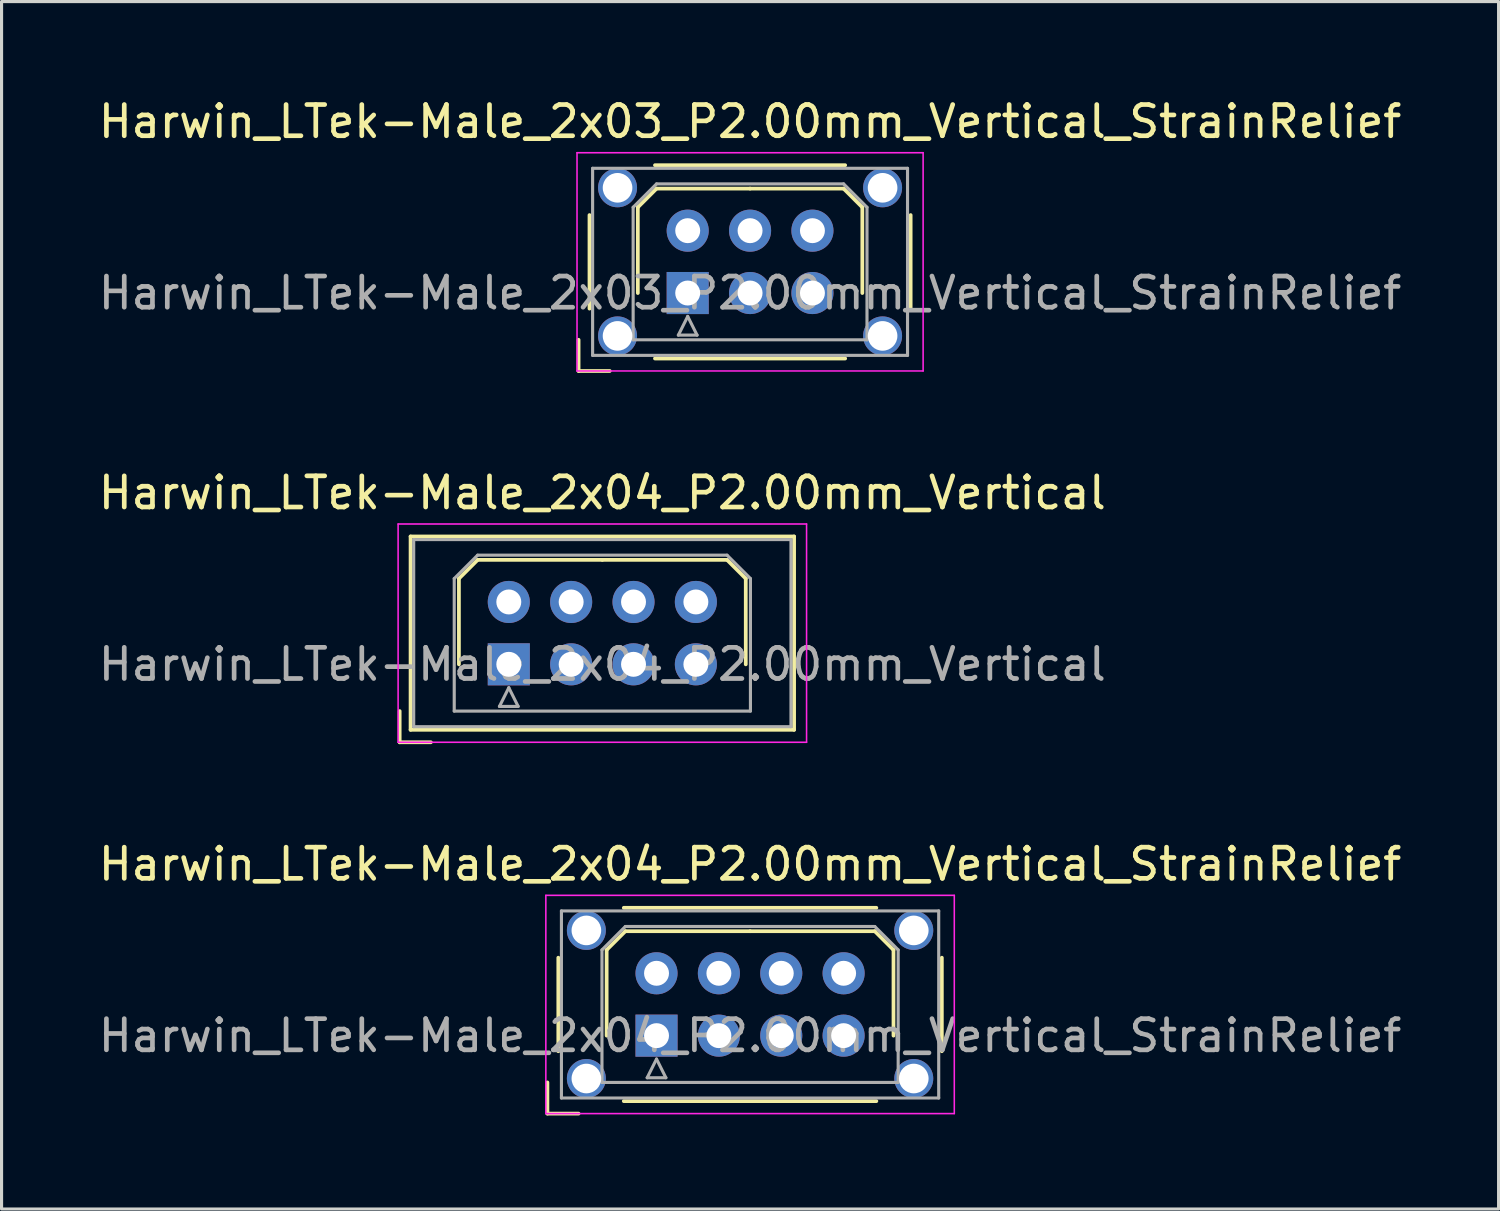
<source format=kicad_pcb>
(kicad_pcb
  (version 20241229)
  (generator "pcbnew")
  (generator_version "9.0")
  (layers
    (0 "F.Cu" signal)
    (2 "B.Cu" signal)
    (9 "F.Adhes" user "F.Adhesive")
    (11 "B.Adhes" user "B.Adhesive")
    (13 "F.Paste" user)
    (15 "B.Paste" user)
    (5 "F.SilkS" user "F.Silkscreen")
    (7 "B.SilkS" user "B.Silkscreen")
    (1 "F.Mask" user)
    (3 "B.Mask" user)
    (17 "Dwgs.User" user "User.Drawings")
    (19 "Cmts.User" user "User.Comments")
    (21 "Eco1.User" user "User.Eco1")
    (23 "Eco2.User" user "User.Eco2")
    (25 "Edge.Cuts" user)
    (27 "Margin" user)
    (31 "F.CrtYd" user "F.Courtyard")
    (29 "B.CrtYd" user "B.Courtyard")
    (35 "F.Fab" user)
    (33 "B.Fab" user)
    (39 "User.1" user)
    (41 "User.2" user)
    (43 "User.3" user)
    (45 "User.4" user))
  (footprint "Harwin_LTek-Male_2x04_P2.00mm_Vertical"
    (layer "F.Cu")
    (at 13.268 18.256)
    (property "Reference" "Harwin_LTek-Male_2x04_P2.00mm_Vertical" (at 3 -5.5 0) (layer "F.SilkS") (effects (font (size 1 1) (thickness 0.15))))
    (attr through_hole)
    (fp_line (start -3.5 1.5) (end -3.5 2.5) (stroke (width 0.12) (type solid)) (layer "F.SilkS"))
    (fp_line (start -3.5 2.5) (end -2.5 2.5) (stroke (width 0.12) (type solid)) (layer "F.SilkS"))
    (fp_line (start -3.15 -4.1) (end -3.15 2.1) (stroke (width 0.12) (type solid)) (layer "F.SilkS"))
    (fp_line (start -3.15 2.1) (end 9.15 2.1) (stroke (width 0.12) (type solid)) (layer "F.SilkS"))
    (fp_line (start -1.6 -2.75) (end -1 -3.35) (stroke (width 0.12) (type solid)) (layer "F.SilkS"))
    (fp_line (start -1.6 0) (end -1.6 -2.75) (stroke (width 0.12) (type solid)) (layer "F.SilkS"))
    (fp_line (start -1 -3.35) (end 3 -3.35) (stroke (width 0.12) (type solid)) (layer "F.SilkS"))
    (fp_line (start 7 -3.35) (end 3 -3.35) (stroke (width 0.12) (type solid)) (layer "F.SilkS"))
    (fp_line (start 7.6 -2.75) (end 7 -3.35) (stroke (width 0.12) (type solid)) (layer "F.SilkS"))
    (fp_line (start 7.6 0) (end 7.6 -2.75) (stroke (width 0.12) (type solid)) (layer "F.SilkS"))
    (fp_line (start 9.15 -4.1) (end -3.15 -4.1) (stroke (width 0.12) (type solid)) (layer "F.SilkS"))
    (fp_line (start 9.15 2.1) (end 9.15 -4.1) (stroke (width 0.12) (type solid)) (layer "F.SilkS"))
    (fp_line (start -3.55 -4.5) (end -3.55 2.5) (stroke (width 0.05) (type solid)) (layer "F.CrtYd"))
    (fp_line (start -3.55 2.5) (end 9.55 2.5) (stroke (width 0.05) (type solid)) (layer "F.CrtYd"))
    (fp_line (start 9.55 -4.5) (end -3.55 -4.5) (stroke (width 0.05) (type solid)) (layer "F.CrtYd"))
    (fp_line (start 9.55 2.5) (end 9.55 -4.5) (stroke (width 0.05) (type solid)) (layer "F.CrtYd"))
    (fp_line (start -3.05 -4) (end -3.05 2) (stroke (width 0.1) (type solid)) (layer "F.Fab"))
    (fp_line (start -3.05 2) (end 9.05 2) (stroke (width 0.1) (type solid)) (layer "F.Fab"))
    (fp_line (start -1.75 -2.75) (end -1 -3.5) (stroke (width 0.1) (type solid)) (layer "F.Fab"))
    (fp_line (start -1.75 1.5) (end -1.75 -2.75) (stroke (width 0.1) (type solid)) (layer "F.Fab"))
    (fp_line (start -1 -3.5) (end 7 -3.5) (stroke (width 0.1) (type solid)) (layer "F.Fab"))
    (fp_line (start -0.3 1.35) (end 0.3 1.35) (stroke (width 0.1) (type solid)) (layer "F.Fab"))
    (fp_line (start 0 0.75) (end -0.3 1.35) (stroke (width 0.1) (type solid)) (layer "F.Fab"))
    (fp_line (start 0.3 1.35) (end 0 0.75) (stroke (width 0.1) (type solid)) (layer "F.Fab"))
    (fp_line (start 7 -3.5) (end 7.75 -2.75) (stroke (width 0.1) (type solid)) (layer "F.Fab"))
    (fp_line (start 7.75 -2.75) (end 7.75 1.5) (stroke (width 0.1) (type solid)) (layer "F.Fab"))
    (fp_line (start 7.75 1.5) (end -1.75 1.5) (stroke (width 0.1) (type solid)) (layer "F.Fab"))
    (fp_line (start 9.05 -4) (end -3.05 -4) (stroke (width 0.1) (type solid)) (layer "F.Fab"))
    (fp_line (start 9.05 2) (end 9.05 -4) (stroke (width 0.1) (type solid)) (layer "F.Fab"))
    (fp_text user "${REFERENCE}" (at 3 0 0) (layer "F.Fab") (effects (font (size 1 1) (thickness 0.15))))
    (pad "1" thru_hole rect (at 0 0) (size 1.35 1.35) (drill 0.8) (layers "*.Cu" "*.Mask"))
    (pad "2" thru_hole circle (at 0 -2) (size 1.35 1.35) (drill 0.8) (layers "*.Cu" "*.Mask"))
    (pad "3" thru_hole circle (at 2 0) (size 1.35 1.35) (drill 0.8) (layers "*.Cu" "*.Mask"))
    (pad "4" thru_hole circle (at 2 -2) (size 1.35 1.35) (drill 0.8) (layers "*.Cu" "*.Mask"))
    (pad "5" thru_hole circle (at 4 0) (size 1.35 1.35) (drill 0.8) (layers "*.Cu" "*.Mask"))
    (pad "6" thru_hole circle (at 4 -2) (size 1.35 1.35) (drill 0.8) (layers "*.Cu" "*.Mask"))
    (pad "7" thru_hole circle (at 6 0) (size 1.35 1.35) (drill 0.8) (layers "*.Cu" "*.Mask"))
    (pad "8" thru_hole circle (at 6 -2) (size 1.35 1.35) (drill 0.8) (layers "*.Cu" "*.Mask")))
  (footprint "Harwin_LTek-Male_2x04_P2.00mm_Vertical_StrainRelief"
    (layer "F.Cu")
    (at 18.006 30.165)
    (property "Reference" "Harwin_LTek-Male_2x04_P2.00mm_Vertical_StrainRelief" (at 3 -5.5 0) (layer "F.SilkS") (effects (font (size 1 1) (thickness 0.15))))
    (attr through_hole)
    (fp_line (start -3.5 1.5) (end -3.5 2.5) (stroke (width 0.12) (type solid)) (layer "F.SilkS"))
    (fp_line (start -3.5 2.5) (end -2.5 2.5) (stroke (width 0.12) (type solid)) (layer "F.SilkS"))
    (fp_line (start -3.15 -2.5) (end -3.15 0.5) (stroke (width 0.12) (type solid)) (layer "F.SilkS"))
    (fp_line (start -1.6 -2.75) (end -1 -3.35) (stroke (width 0.12) (type solid)) (layer "F.SilkS"))
    (fp_line (start -1.6 0) (end -1.6 -2.75) (stroke (width 0.12) (type solid)) (layer "F.SilkS"))
    (fp_line (start -1.05 -4.1) (end 7.05 -4.1) (stroke (width 0.12) (type solid)) (layer "F.SilkS"))
    (fp_line (start -1.05 2.1) (end 7.05 2.1) (stroke (width 0.12) (type solid)) (layer "F.SilkS"))
    (fp_line (start -1 -3.35) (end 3 -3.35) (stroke (width 0.12) (type solid)) (layer "F.SilkS"))
    (fp_line (start 7 -3.35) (end 3 -3.35) (stroke (width 0.12) (type solid)) (layer "F.SilkS"))
    (fp_line (start 7.6 -2.75) (end 7 -3.35) (stroke (width 0.12) (type solid)) (layer "F.SilkS"))
    (fp_line (start 7.6 0) (end 7.6 -2.75) (stroke (width 0.12) (type solid)) (layer "F.SilkS"))
    (fp_line (start 9.15 -2.5) (end 9.15 0.5) (stroke (width 0.12) (type solid)) (layer "F.SilkS"))
    (fp_line (start -3.55 -4.5) (end -3.55 2.5) (stroke (width 0.05) (type solid)) (layer "F.CrtYd"))
    (fp_line (start -3.55 2.5) (end 9.55 2.5) (stroke (width 0.05) (type solid)) (layer "F.CrtYd"))
    (fp_line (start 9.55 -4.5) (end -3.55 -4.5) (stroke (width 0.05) (type solid)) (layer "F.CrtYd"))
    (fp_line (start 9.55 2.5) (end 9.55 -4.5) (stroke (width 0.05) (type solid)) (layer "F.CrtYd"))
    (fp_line (start -3.05 -4) (end -3.05 2) (stroke (width 0.1) (type solid)) (layer "F.Fab"))
    (fp_line (start -3.05 2) (end 9.05 2) (stroke (width 0.1) (type solid)) (layer "F.Fab"))
    (fp_line (start -1.75 -2.75) (end -1 -3.5) (stroke (width 0.1) (type solid)) (layer "F.Fab"))
    (fp_line (start -1.75 1.5) (end -1.75 -2.75) (stroke (width 0.1) (type solid)) (layer "F.Fab"))
    (fp_line (start -1 -3.5) (end 7 -3.5) (stroke (width 0.1) (type solid)) (layer "F.Fab"))
    (fp_line (start -0.3 1.35) (end 0.3 1.35) (stroke (width 0.1) (type solid)) (layer "F.Fab"))
    (fp_line (start 0 0.75) (end -0.3 1.35) (stroke (width 0.1) (type solid)) (layer "F.Fab"))
    (fp_line (start 0.3 1.35) (end 0 0.75) (stroke (width 0.1) (type solid)) (layer "F.Fab"))
    (fp_line (start 7 -3.5) (end 7.75 -2.75) (stroke (width 0.1) (type solid)) (layer "F.Fab"))
    (fp_line (start 7.75 -2.75) (end 7.75 1.5) (stroke (width 0.1) (type solid)) (layer "F.Fab"))
    (fp_line (start 7.75 1.5) (end -1.75 1.5) (stroke (width 0.1) (type solid)) (layer "F.Fab"))
    (fp_line (start 9.05 -4) (end -3.05 -4) (stroke (width 0.1) (type solid)) (layer "F.Fab"))
    (fp_line (start 9.05 2) (end 9.05 -4) (stroke (width 0.1) (type solid)) (layer "F.Fab"))
    (fp_text user "${REFERENCE}" (at 3 0 0) (layer "F.Fab") (effects (font (size 1 1) (thickness 0.15))))
    (pad "" thru_hole circle (at -2.25 -3.375) (size 1.25 1.25) (drill 0.95) (layers "*.Cu" "*.Mask"))
    (pad "" thru_hole circle (at -2.25 1.375) (size 1.25 1.25) (drill 0.95) (layers "*.Cu" "*.Mask"))
    (pad "" thru_hole circle (at 8.25 -3.375) (size 1.25 1.25) (drill 0.95) (layers "*.Cu" "*.Mask"))
    (pad "" thru_hole circle (at 8.25 1.375) (size 1.25 1.25) (drill 0.95) (layers "*.Cu" "*.Mask"))
    (pad "1" thru_hole rect (at 0 0) (size 1.35 1.35) (drill 0.8) (layers "*.Cu" "*.Mask"))
    (pad "2" thru_hole circle (at 0 -2) (size 1.35 1.35) (drill 0.8) (layers "*.Cu" "*.Mask"))
    (pad "3" thru_hole circle (at 2 0) (size 1.35 1.35) (drill 0.8) (layers "*.Cu" "*.Mask"))
    (pad "4" thru_hole circle (at 2 -2) (size 1.35 1.35) (drill 0.8) (layers "*.Cu" "*.Mask"))
    (pad "5" thru_hole circle (at 4 0) (size 1.35 1.35) (drill 0.8) (layers "*.Cu" "*.Mask"))
    (pad "6" thru_hole circle (at 4 -2) (size 1.35 1.35) (drill 0.8) (layers "*.Cu" "*.Mask"))
    (pad "7" thru_hole circle (at 6 0) (size 1.35 1.35) (drill 0.8) (layers "*.Cu" "*.Mask"))
    (pad "8" thru_hole circle (at 6 -2) (size 1.35 1.35) (drill 0.8) (layers "*.Cu" "*.Mask")))
  (footprint "Harwin_LTek-Male_2x03_P2.00mm_Vertical_StrainRelief"
    (layer "F.Cu")
    (at 19.006 6.348)
    (property "Reference" "Harwin_LTek-Male_2x03_P2.00mm_Vertical_StrainRelief" (at 2 -5.5 0) (layer "F.SilkS") (effects (font (size 1 1) (thickness 0.15))))
    (attr through_hole)
    (fp_line (start -3.5 1.5) (end -3.5 2.5) (stroke (width 0.12) (type solid)) (layer "F.SilkS"))
    (fp_line (start -3.5 2.5) (end -2.5 2.5) (stroke (width 0.12) (type solid)) (layer "F.SilkS"))
    (fp_line (start -3.15 -2.5) (end -3.15 0.5) (stroke (width 0.12) (type solid)) (layer "F.SilkS"))
    (fp_line (start -1.6 -2.75) (end -1 -3.35) (stroke (width 0.12) (type solid)) (layer "F.SilkS"))
    (fp_line (start -1.6 0) (end -1.6 -2.75) (stroke (width 0.12) (type solid)) (layer "F.SilkS"))
    (fp_line (start -1.05 -4.1) (end 5.05 -4.1) (stroke (width 0.12) (type solid)) (layer "F.SilkS"))
    (fp_line (start -1.05 2.1) (end 5.05 2.1) (stroke (width 0.12) (type solid)) (layer "F.SilkS"))
    (fp_line (start -1 -3.35) (end 2 -3.35) (stroke (width 0.12) (type solid)) (layer "F.SilkS"))
    (fp_line (start 5 -3.35) (end 2 -3.35) (stroke (width 0.12) (type solid)) (layer "F.SilkS"))
    (fp_line (start 5.6 -2.75) (end 5 -3.35) (stroke (width 0.12) (type solid)) (layer "F.SilkS"))
    (fp_line (start 5.6 0) (end 5.6 -2.75) (stroke (width 0.12) (type solid)) (layer "F.SilkS"))
    (fp_line (start 7.15 -2.5) (end 7.15 0.5) (stroke (width 0.12) (type solid)) (layer "F.SilkS"))
    (fp_line (start -3.55 -4.5) (end -3.55 2.5) (stroke (width 0.05) (type solid)) (layer "F.CrtYd"))
    (fp_line (start -3.55 2.5) (end 7.55 2.5) (stroke (width 0.05) (type solid)) (layer "F.CrtYd"))
    (fp_line (start 7.55 -4.5) (end -3.55 -4.5) (stroke (width 0.05) (type solid)) (layer "F.CrtYd"))
    (fp_line (start 7.55 2.5) (end 7.55 -4.5) (stroke (width 0.05) (type solid)) (layer "F.CrtYd"))
    (fp_line (start -3.05 -4) (end -3.05 2) (stroke (width 0.1) (type solid)) (layer "F.Fab"))
    (fp_line (start -3.05 2) (end 7.05 2) (stroke (width 0.1) (type solid)) (layer "F.Fab"))
    (fp_line (start -1.75 -2.75) (end -1 -3.5) (stroke (width 0.1) (type solid)) (layer "F.Fab"))
    (fp_line (start -1.75 1.5) (end -1.75 -2.75) (stroke (width 0.1) (type solid)) (layer "F.Fab"))
    (fp_line (start -1 -3.5) (end 5 -3.5) (stroke (width 0.1) (type solid)) (layer "F.Fab"))
    (fp_line (start -0.3 1.35) (end 0.3 1.35) (stroke (width 0.1) (type solid)) (layer "F.Fab"))
    (fp_line (start 0 0.75) (end -0.3 1.35) (stroke (width 0.1) (type solid)) (layer "F.Fab"))
    (fp_line (start 0.3 1.35) (end 0 0.75) (stroke (width 0.1) (type solid)) (layer "F.Fab"))
    (fp_line (start 5 -3.5) (end 5.75 -2.75) (stroke (width 0.1) (type solid)) (layer "F.Fab"))
    (fp_line (start 5.75 -2.75) (end 5.75 1.5) (stroke (width 0.1) (type solid)) (layer "F.Fab"))
    (fp_line (start 5.75 1.5) (end -1.75 1.5) (stroke (width 0.1) (type solid)) (layer "F.Fab"))
    (fp_line (start 7.05 -4) (end -3.05 -4) (stroke (width 0.1) (type solid)) (layer "F.Fab"))
    (fp_line (start 7.05 2) (end 7.05 -4) (stroke (width 0.1) (type solid)) (layer "F.Fab"))
    (fp_text user "${REFERENCE}" (at 2 0 0) (layer "F.Fab") (effects (font (size 1 1) (thickness 0.15))))
    (pad "" thru_hole circle (at -2.25 -3.375) (size 1.25 1.25) (drill 0.95) (layers "*.Cu" "*.Mask"))
    (pad "" thru_hole circle (at -2.25 1.375) (size 1.25 1.25) (drill 0.95) (layers "*.Cu" "*.Mask"))
    (pad "" thru_hole circle (at 6.25 -3.375) (size 1.25 1.25) (drill 0.95) (layers "*.Cu" "*.Mask"))
    (pad "" thru_hole circle (at 6.25 1.375) (size 1.25 1.25) (drill 0.95) (layers "*.Cu" "*.Mask"))
    (pad "1" thru_hole rect (at 0 0) (size 1.35 1.35) (drill 0.8) (layers "*.Cu" "*.Mask"))
    (pad "2" thru_hole circle (at 0 -2) (size 1.35 1.35) (drill 0.8) (layers "*.Cu" "*.Mask"))
    (pad "3" thru_hole circle (at 2 0) (size 1.35 1.35) (drill 0.8) (layers "*.Cu" "*.Mask"))
    (pad "4" thru_hole circle (at 2 -2) (size 1.35 1.35) (drill 0.8) (layers "*.Cu" "*.Mask"))
    (pad "5" thru_hole circle (at 4 0) (size 1.35 1.35) (drill 0.8) (layers "*.Cu" "*.Mask"))
    (pad "6" thru_hole circle (at 4 -2) (size 1.35 1.35) (drill 0.8) (layers "*.Cu" "*.Mask")))
  (gr_rect
    (start -3 -3)
    (end 45.012 35.725)
    (stroke (width 0.1) (type default))
    (fill no)
    (layer "Edge.Cuts")))
</source>
